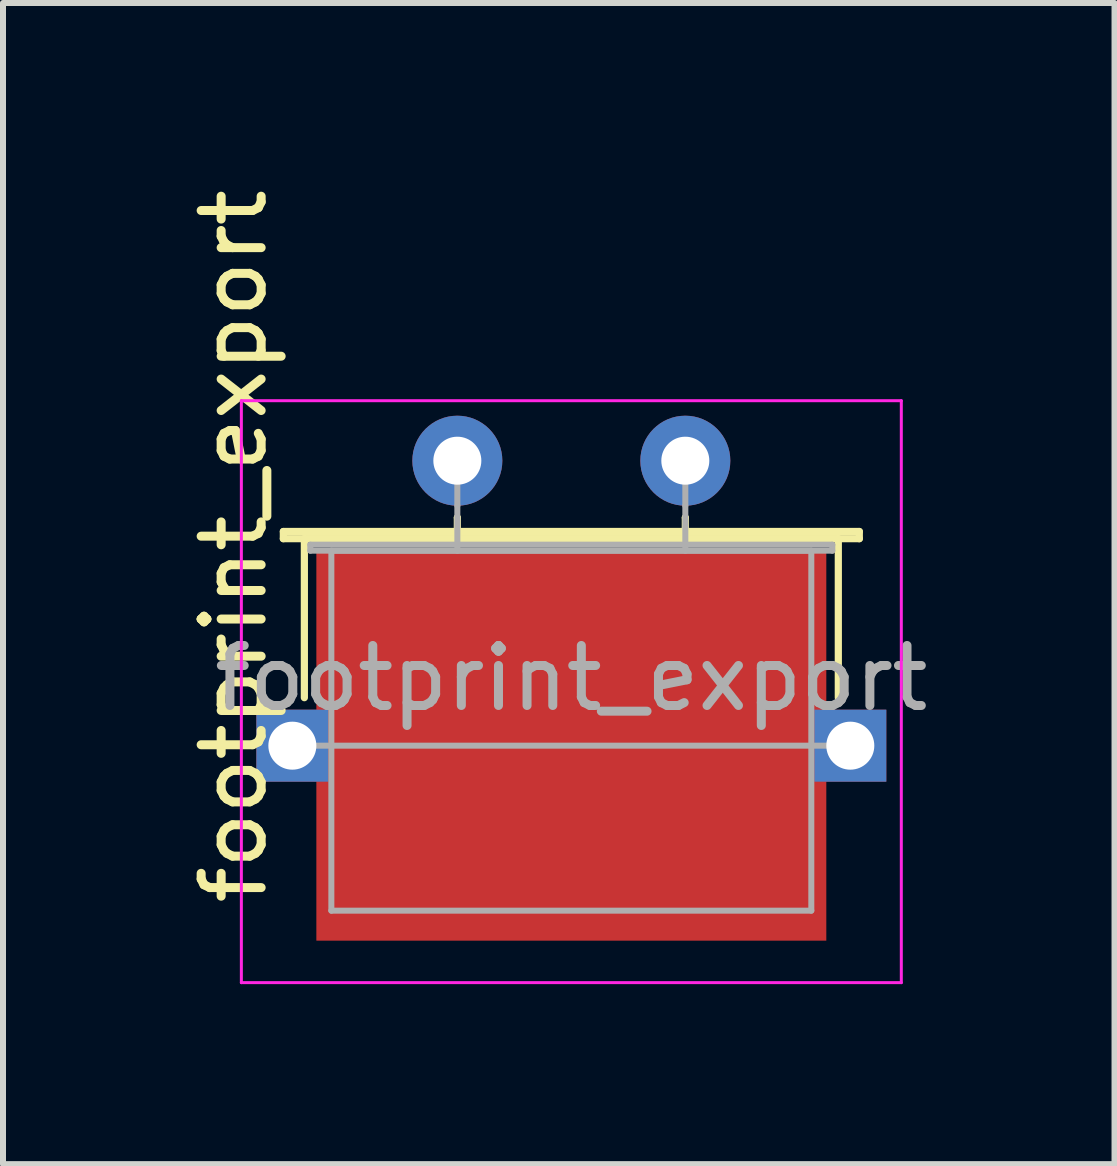
<source format=kicad_pcb>
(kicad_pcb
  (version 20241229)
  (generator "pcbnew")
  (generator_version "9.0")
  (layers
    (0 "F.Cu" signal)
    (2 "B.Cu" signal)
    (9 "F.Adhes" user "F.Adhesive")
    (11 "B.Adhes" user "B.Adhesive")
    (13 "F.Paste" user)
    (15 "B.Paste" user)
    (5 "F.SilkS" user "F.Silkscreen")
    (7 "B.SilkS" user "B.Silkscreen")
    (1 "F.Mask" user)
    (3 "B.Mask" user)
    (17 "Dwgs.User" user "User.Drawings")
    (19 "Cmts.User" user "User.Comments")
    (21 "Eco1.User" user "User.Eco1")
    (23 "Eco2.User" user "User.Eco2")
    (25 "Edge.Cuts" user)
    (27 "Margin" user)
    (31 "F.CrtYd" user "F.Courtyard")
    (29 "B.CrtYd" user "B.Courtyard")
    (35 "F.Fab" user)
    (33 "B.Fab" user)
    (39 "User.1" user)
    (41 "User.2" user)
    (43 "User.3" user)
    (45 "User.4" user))
  (footprint "footprint_export"
    (layer "F.Cu")
    (at 4.573 4.629)
    (property "Reference" "footprint_export" (at -3.725 1.425 90) (layer "F.SilkS") (effects (font (size 1 1) (thickness 0.15))))
    (attr through_hole)
    (fp_line (start -2.9 1.18) (end 6.7 1.18) (stroke (width 0.12) (type solid)) (layer "F.SilkS"))
    (fp_line (start -2.9 1.3) (end -2.9 1.18) (stroke (width 0.12) (type solid)) (layer "F.SilkS"))
    (fp_line (start -2.55 1.3) (end 6.35 1.3) (stroke (width 0.12) (type solid)) (layer "F.SilkS"))
    (fp_line (start -2.55 3.95) (end -2.55 1.3) (stroke (width 0.12) (type solid)) (layer "F.SilkS"))
    (fp_line (start 0 0.95) (end 0 0.95) (stroke (width 0.12) (type solid)) (layer "F.SilkS"))
    (fp_line (start 0 1.3) (end 0 0.95) (stroke (width 0.12) (type solid)) (layer "F.SilkS"))
    (fp_line (start 3.8 0.95) (end 3.8 0.95) (stroke (width 0.12) (type solid)) (layer "F.SilkS"))
    (fp_line (start 3.8 1.3) (end 3.8 0.95) (stroke (width 0.12) (type solid)) (layer "F.SilkS"))
    (fp_line (start 6.35 1.3) (end 6.35 3.95) (stroke (width 0.12) (type solid)) (layer "F.SilkS"))
    (fp_line (start 6.7 1.18) (end 6.7 1.3) (stroke (width 0.12) (type solid)) (layer "F.SilkS"))
    (fp_line (start 6.7 1.3) (end -2.9 1.3) (stroke (width 0.12) (type solid)) (layer "F.SilkS"))
    (fp_line (start -3.6 -1) (end -3.6 8.7) (stroke (width 0.05) (type solid)) (layer "F.CrtYd"))
    (fp_line (start -3.6 8.7) (end 7.4 8.7) (stroke (width 0.05) (type solid)) (layer "F.CrtYd"))
    (fp_line (start 7.4 -1) (end -3.6 -1) (stroke (width 0.05) (type solid)) (layer "F.CrtYd"))
    (fp_line (start 7.4 8.7) (end 7.4 -1) (stroke (width 0.05) (type solid)) (layer "F.CrtYd"))
    (fp_line (start -2.75 4.75) (end 6.55 4.75) (stroke (width 0.1) (type solid)) (layer "F.Fab"))
    (fp_line (start -2.45 1.4) (end 6.25 1.4) (stroke (width 0.1) (type solid)) (layer "F.Fab"))
    (fp_line (start -2.45 1.5) (end -2.45 1.4) (stroke (width 0.1) (type solid)) (layer "F.Fab"))
    (fp_line (start -2.1 1.5) (end -2.1 7.5) (stroke (width 0.1) (type solid)) (layer "F.Fab"))
    (fp_line (start -2.1 7.5) (end 5.9 7.5) (stroke (width 0.1) (type solid)) (layer "F.Fab"))
    (fp_line (start 0 0.75) (end 0 0) (stroke (width 0.1) (type solid)) (layer "F.Fab"))
    (fp_line (start 0 1.5) (end 0 0.75) (stroke (width 0.1) (type solid)) (layer "F.Fab"))
    (fp_line (start 3.8 0.75) (end 3.8 0) (stroke (width 0.1) (type solid)) (layer "F.Fab"))
    (fp_line (start 3.8 1.5) (end 3.8 0.75) (stroke (width 0.1) (type solid)) (layer "F.Fab"))
    (fp_line (start 5.9 1.5) (end -2.1 1.5) (stroke (width 0.1) (type solid)) (layer "F.Fab"))
    (fp_line (start 5.9 7.5) (end 5.9 1.5) (stroke (width 0.1) (type solid)) (layer "F.Fab"))
    (fp_line (start 6.25 1.4) (end 6.25 1.5) (stroke (width 0.1) (type solid)) (layer "F.Fab"))
    (fp_line (start 6.25 1.5) (end -2.45 1.5) (stroke (width 0.1) (type solid)) (layer "F.Fab"))
    (fp_text user "${REFERENCE}" (at 1.9 3.625 0) (layer "F.Fab") (effects (font (size 1 1) (thickness 0.15))))
    (pad "1" thru_hole circle (at 0 0) (size 1.5 1.5) (drill 0.8) (layers "*.Cu" "*.Mask"))
    (pad "2" thru_hole circle (at 3.8 0) (size 1.5 1.5) (drill 0.8) (layers "*.Cu" "*.Mask"))
    (pad "3" thru_hole rect (at -2.75 4.75) (size 1.2 1.2) (drill 0.8) (layers "*.Cu" "*.Mask"))
    (pad "3" smd rect (at 1.9 4.75) (size 8.5 6.5) (layers "F.Cu" "F.Mask" "F.Paste"))
    (pad "3" thru_hole rect (at 6.55 4.75) (size 1.2 1.2) (drill 0.8) (layers "*.Cu" "*.Mask")))
  (gr_rect
    (start -3 -3)
    (end 15.527 16.354)
    (stroke (width 0.1) (type default))
    (fill no)
    (layer "Edge.Cuts")))
</source>
